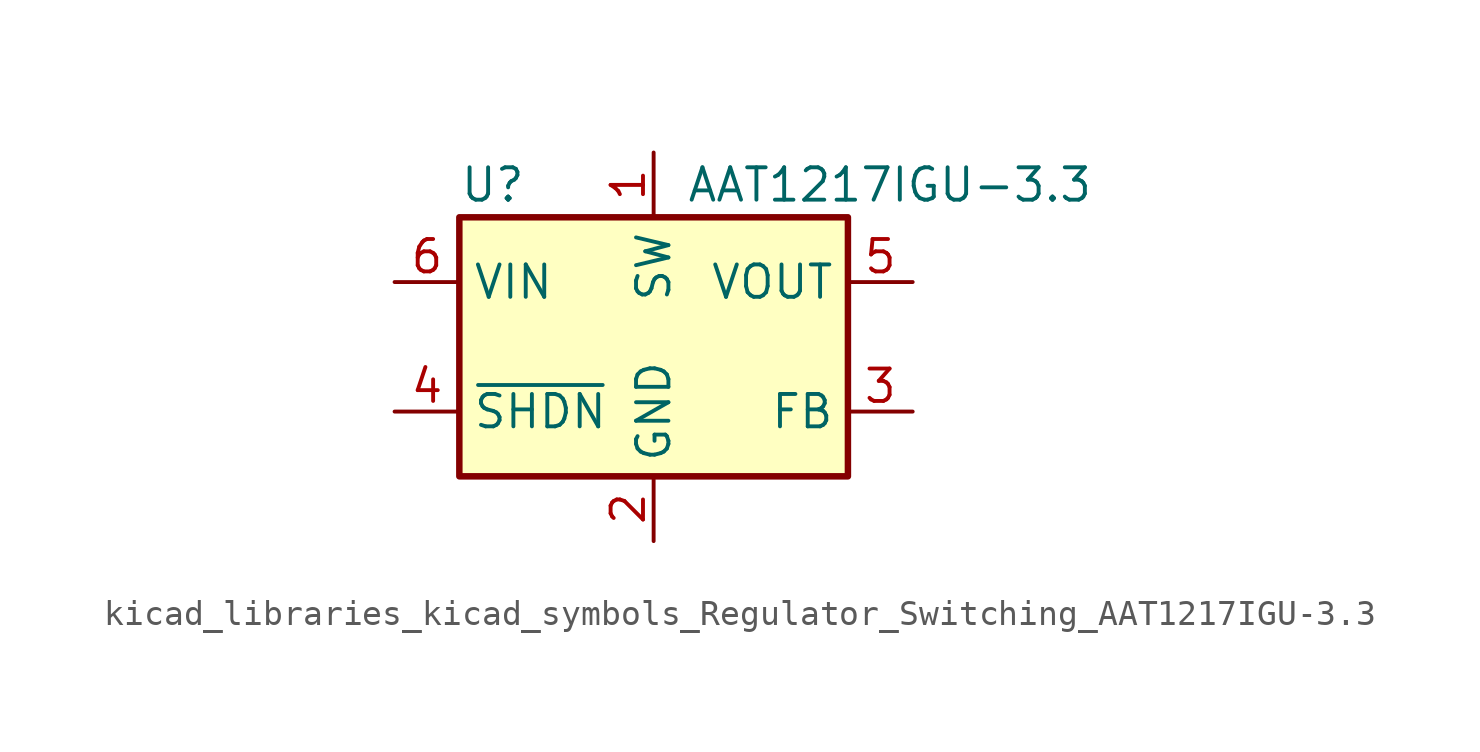
<source format=kicad_sym>
(kicad_symbol_lib
  (version 20220914)
  (generator kicad_symbol_editor)
  (symbol "kicad_libraries_kicad_symbols_Regulator_Switching_AAT1217IGU-3.3"
    (property "Reference" "U"
      (at -7.62 6.35 0)
      (effects (font (size 1.27 1.27)) (justify left)))
    (property "Value" "AAT1217IGU-3.3"
      (at 1.27 6.35 0)
      (effects (font (size 1.27 1.27)) (justify left)))
    (symbol "kicad_libraries_kicad_symbols_Regulator_Switching_AAT1217IGU-3.3_0_1"
      (rectangle (start -7.62 5.08) (end 7.62 -5.08) (stroke (width 0.254) (type default)) (fill (type background))))
    (symbol "kicad_libraries_kicad_symbols_Regulator_Switching_AAT1217IGU-3.3_1_1"
      (pin passive line (at 0 7.62 270) (length 2.54) (name "SW" (effects (font (size 1.27 1.27)))) (number "1" (effects (font (size 1.27 1.27)))))
      (pin power_in line (at 0 -7.62 90) (length 2.54) (name "GND" (effects (font (size 1.27 1.27)))) (number "2" (effects (font (size 1.27 1.27)))))
      (pin passive line (at 10.16 -2.54 180) (length 2.54) (name "FB" (effects (font (size 1.27 1.27)))) (number "3" (effects (font (size 1.27 1.27)))))
      (pin input line (at -10.16 -2.54 0) (length 2.54) (name "~{SHDN}" (effects (font (size 1.27 1.27)))) (number "4" (effects (font (size 1.27 1.27)))))
      (pin power_out line (at 10.16 2.54 180) (length 2.54) (name "VOUT" (effects (font (size 1.27 1.27)))) (number "5" (effects (font (size 1.27 1.27)))))
      (pin power_in line (at -10.16 2.54 0) (length 2.54) (name "VIN" (effects (font (size 1.27 1.27)))) (number "6" (effects (font (size 1.27 1.27))))))))
</source>
